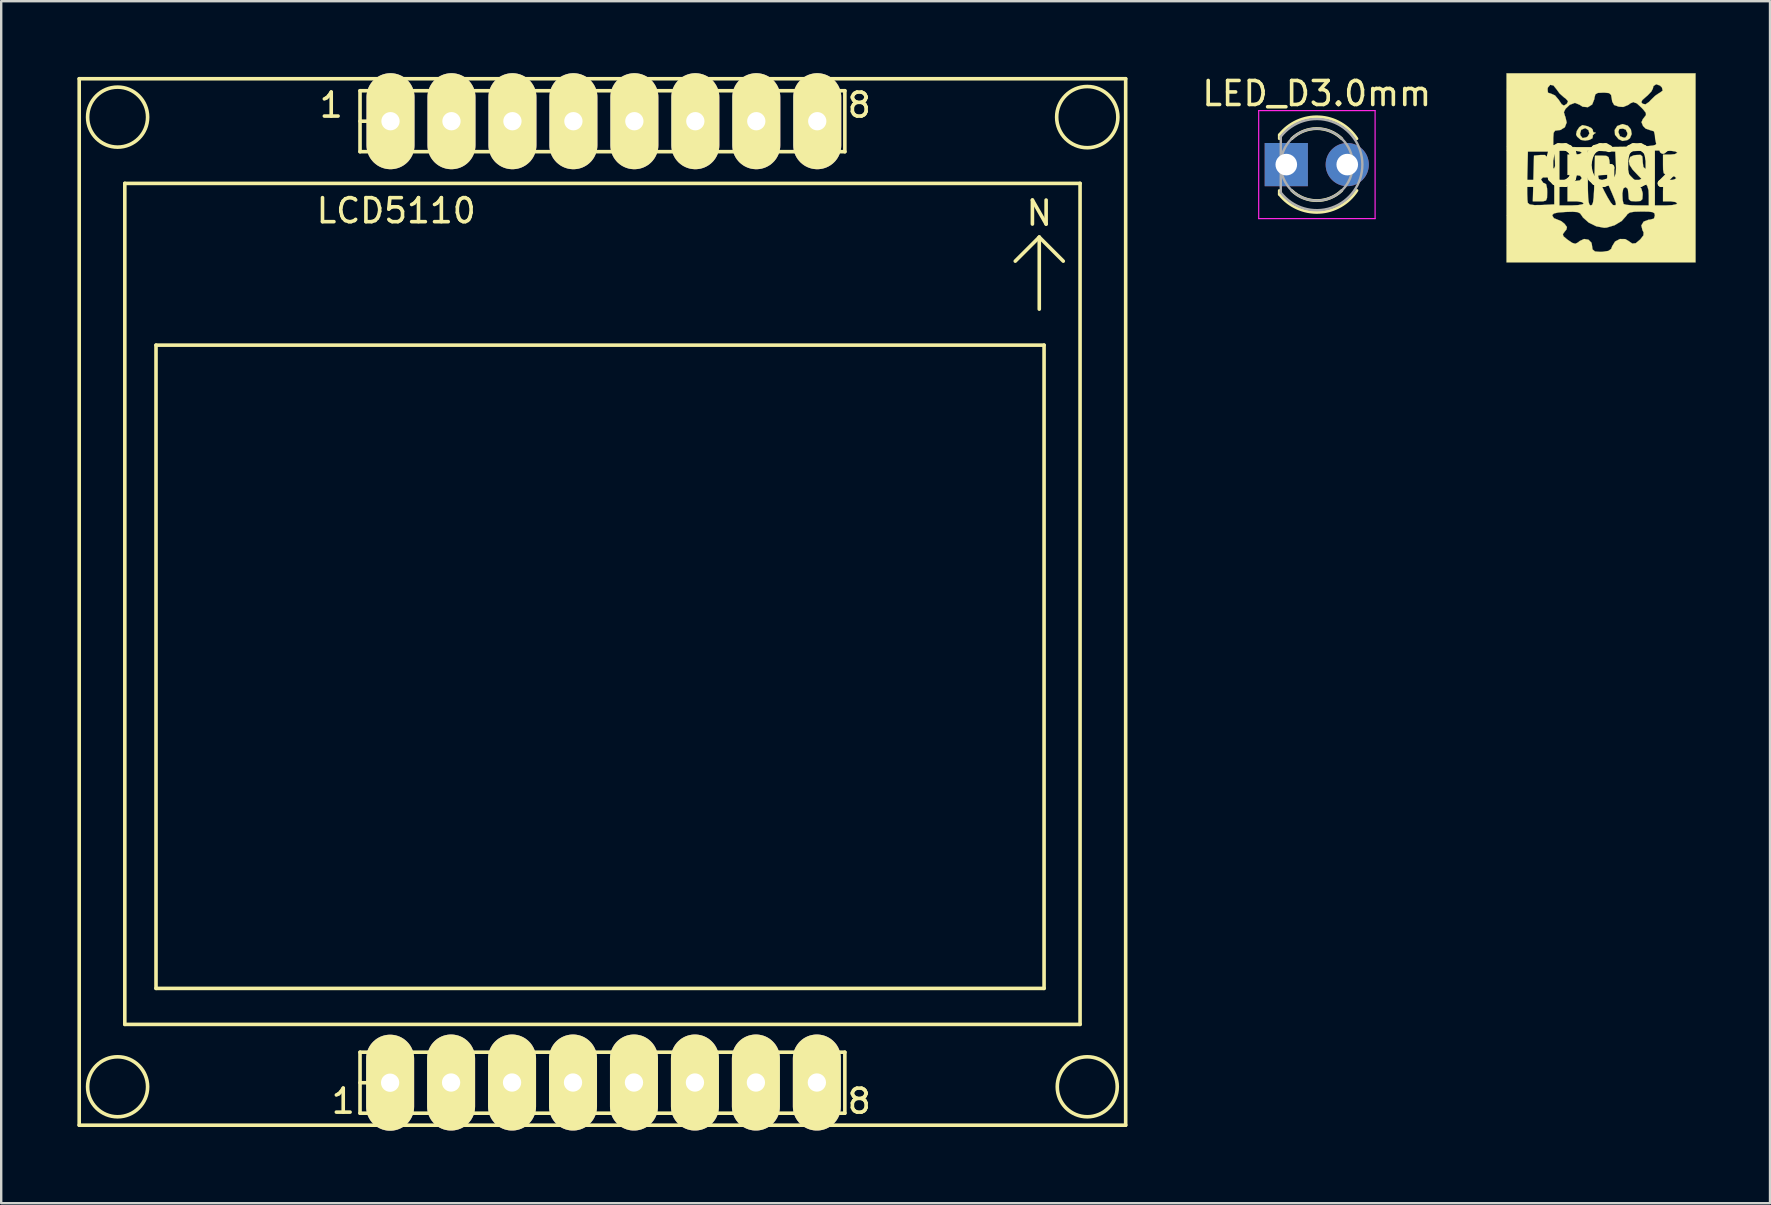
<source format=kicad_pcb>
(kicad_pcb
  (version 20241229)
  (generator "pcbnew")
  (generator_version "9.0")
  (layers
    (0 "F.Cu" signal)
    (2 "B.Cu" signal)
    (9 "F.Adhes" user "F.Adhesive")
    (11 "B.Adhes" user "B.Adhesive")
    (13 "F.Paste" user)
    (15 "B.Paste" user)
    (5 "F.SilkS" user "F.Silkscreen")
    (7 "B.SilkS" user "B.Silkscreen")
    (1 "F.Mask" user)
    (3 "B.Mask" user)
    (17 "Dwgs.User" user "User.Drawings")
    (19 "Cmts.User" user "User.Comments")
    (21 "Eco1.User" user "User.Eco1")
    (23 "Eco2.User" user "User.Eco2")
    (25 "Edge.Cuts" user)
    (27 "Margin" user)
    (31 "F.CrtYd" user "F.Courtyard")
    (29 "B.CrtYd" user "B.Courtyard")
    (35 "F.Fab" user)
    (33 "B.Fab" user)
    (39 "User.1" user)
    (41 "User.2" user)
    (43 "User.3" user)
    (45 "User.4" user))
  (footprint "LED_D3.0mm"
    (layer "F.Cu")
    (at 50.542 3.808)
    (property "Reference" "LED_D3.0mm" (at 1.27 -2.96 0) (layer "F.SilkS") (effects (font (size 1 1) (thickness 0.15))))
    (attr through_hole)
    (fp_line (start -0.29 -1.236) (end -0.29 -1.08) (stroke (width 0.12) (type solid)) (layer "F.SilkS"))
    (fp_line (start -0.29 1.08) (end -0.29 1.236) (stroke (width 0.12) (type solid)) (layer "F.SilkS"))
    (fp_arc (start -0.29 -1.235516) (mid 1.366487 -1.987659) (end 2.942335 -1.078608) (stroke (width 0.12) (type solid)) (layer "F.SilkS"))
    (fp_arc (start 0.229039 -1.08) (mid 1.270117 -1.5) (end 2.31113 -1.079837) (stroke (width 0.12) (type solid)) (layer "F.SilkS"))
    (fp_arc (start 2.31113 1.079837) (mid 1.270117 1.5) (end 0.229039 1.08) (stroke (width 0.12) (type solid)) (layer "F.SilkS"))
    (fp_arc (start 2.942335 1.078608) (mid 1.366487 1.987659) (end -0.29 1.235516) (stroke (width 0.12) (type solid)) (layer "F.SilkS"))
    (fp_line (start -1.15 -2.25) (end -1.15 2.25) (stroke (width 0.05) (type solid)) (layer "F.CrtYd"))
    (fp_line (start -1.15 2.25) (end 3.7 2.25) (stroke (width 0.05) (type solid)) (layer "F.CrtYd"))
    (fp_line (start 3.7 -2.25) (end -1.15 -2.25) (stroke (width 0.05) (type solid)) (layer "F.CrtYd"))
    (fp_line (start 3.7 2.25) (end 3.7 -2.25) (stroke (width 0.05) (type solid)) (layer "F.CrtYd"))
    (fp_line (start -0.23 -1.166) (end -0.23 1.166) (stroke (width 0.1) (type solid)) (layer "F.Fab"))
    (fp_arc (start -0.23 -1.16619) (mid 3.17 0.000452) (end -0.230555 1.165476) (stroke (width 0.1) (type solid)) (layer "F.Fab"))
    (fp_circle (center 1.27 0) (end 2.77 0) (stroke (width 0.1) (type solid)) (fill no) (layer "F.Fab"))
    (pad "1" thru_hole rect (at 0 0) (size 1.8 1.8) (drill 0.9) (layers "*.Cu" "*.Mask"))
    (pad "2" thru_hole circle (at 2.54 0) (size 1.8 1.8) (drill 0.9) (layers "*.Cu" "*.Mask")))
  (footprint "LCD5110"
    (layer "F.Cu")
    (at 0.25 43.83)
    (property "Reference" "LCD5110" (at 13.208 -38.1 0) (layer "F.SilkS") (effects (font (size 1 1) (thickness 0.15))))
    (attr through_hole)
    (fp_line (start 0 -43.6) (end 43.6 -43.6) (stroke (width 0.15) (type solid)) (layer "F.SilkS"))
    (fp_line (start 0 0) (end 0 -43.6) (stroke (width 0.15) (type solid)) (layer "F.SilkS"))
    (fp_line (start 0 0) (end 43.6 0) (stroke (width 0.15) (type solid)) (layer "F.SilkS"))
    (fp_line (start 1.9 -39.24) (end 41.7 -39.24) (stroke (width 0.15) (type solid)) (layer "F.SilkS"))
    (fp_line (start 1.9 -4.2) (end 1.9 -39.24) (stroke (width 0.15) (type solid)) (layer "F.SilkS"))
    (fp_line (start 1.9 -4.2) (end 41.7 -4.2) (stroke (width 0.15) (type solid)) (layer "F.SilkS"))
    (fp_line (start 3.2 -32.5) (end 40.2 -32.5) (stroke (width 0.15) (type solid)) (layer "F.SilkS"))
    (fp_line (start 3.2 -5.7) (end 3.2 -32.5) (stroke (width 0.15) (type solid)) (layer "F.SilkS"))
    (fp_line (start 3.2 -5.7) (end 40.2 -5.7) (stroke (width 0.15) (type solid)) (layer "F.SilkS"))
    (fp_line (start 11.7 -43.1) (end 11.7 -40.56) (stroke (width 0.15) (type solid)) (layer "F.SilkS"))
    (fp_line (start 11.7 -43.1) (end 31.9 -43.1) (stroke (width 0.15) (type solid)) (layer "F.SilkS"))
    (fp_line (start 11.7 -41.83) (end 12.97 -41.83) (stroke (width 0.15) (type solid)) (layer "F.SilkS"))
    (fp_line (start 11.7 -40.56) (end 31.9 -40.56) (stroke (width 0.15) (type solid)) (layer "F.SilkS"))
    (fp_line (start 11.7 -3.04) (end 31.9 -3.04) (stroke (width 0.15) (type solid)) (layer "F.SilkS"))
    (fp_line (start 11.7 -1.77) (end 12.97 -1.77) (stroke (width 0.15) (type solid)) (layer "F.SilkS"))
    (fp_line (start 11.7 -0.5) (end 11.7 -3.04) (stroke (width 0.15) (type solid)) (layer "F.SilkS"))
    (fp_line (start 11.7 -0.5) (end 31.9 -0.5) (stroke (width 0.15) (type solid)) (layer "F.SilkS"))
    (fp_line (start 31.9 -43.1) (end 31.9 -40.56) (stroke (width 0.15) (type solid)) (layer "F.SilkS"))
    (fp_line (start 31.9 -3.04) (end 31.9 -0.5) (stroke (width 0.15) (type solid)) (layer "F.SilkS"))
    (fp_line (start 40 -37) (end 39 -36) (stroke (width 0.15) (type solid)) (layer "F.SilkS"))
    (fp_line (start 40 -37) (end 41 -36) (stroke (width 0.15) (type solid)) (layer "F.SilkS"))
    (fp_line (start 40 -34) (end 40 -37) (stroke (width 0.15) (type solid)) (layer "F.SilkS"))
    (fp_line (start 40.2 -5.7) (end 40.2 -32.5) (stroke (width 0.15) (type solid)) (layer "F.SilkS"))
    (fp_line (start 41.7 -4.2) (end 41.7 -39.24) (stroke (width 0.15) (type solid)) (layer "F.SilkS"))
    (fp_line (start 43.6 0) (end 43.6 -43.6) (stroke (width 0.15) (type solid)) (layer "F.SilkS"))
    (fp_circle (center 1.6 -42) (end 0.35 -42) (stroke (width 0.15) (type solid)) (fill no) (layer "F.SilkS"))
    (fp_circle (center 1.6 -1.6) (end 0.35 -1.6) (stroke (width 0.15) (type solid)) (fill no) (layer "F.SilkS"))
    (fp_circle (center 42 -42) (end 40.75 -41.75) (stroke (width 0.15) (type solid)) (fill no) (layer "F.SilkS"))
    (fp_circle (center 42 -1.6) (end 40.75 -1.6) (stroke (width 0.15) (type solid)) (fill no) (layer "F.SilkS"))
    (fp_text user "1" (at 10.5 -42.5 0) (layer "F.SilkS") (effects (font (size 1 1) (thickness 0.15))))
    (fp_text user "N" (at 40 -38 0) (layer "F.SilkS") (effects (font (size 1 1) (thickness 0.15))))
    (fp_text user "8" (at 32.5 -1 0) (layer "F.SilkS") (effects (font (size 1 1) (thickness 0.15))))
    (fp_text user "1" (at 11 -1 0) (layer "F.SilkS") (effects (font (size 1 1) (thickness 0.15))))
    (fp_text user "8" (at 32.5 -42.5 0) (layer "F.SilkS") (effects (font (size 1 1) (thickness 0.15))))
    (pad "1" thru_hole oval (at 12.954 -1.77) (size 2 4) (drill 0.762) (layers "*.Cu" "*.Mask" "F.SilkS"))
    (pad "1" thru_hole oval (at 12.97 -41.83) (size 2 4) (drill 0.762) (layers "*.Cu" "*.Mask" "F.SilkS"))
    (pad "2" thru_hole oval (at 15.494 -1.778) (size 2 4) (drill 0.762) (layers "*.Cu" "*.Mask" "F.SilkS"))
    (pad "2" thru_hole oval (at 15.51 -41.83) (size 2 4) (drill 0.762) (layers "*.Cu" "*.Mask" "F.SilkS"))
    (pad "3" thru_hole oval (at 18.034 -1.778) (size 2 4) (drill 0.762) (layers "*.Cu" "*.Mask" "F.SilkS"))
    (pad "3" thru_hole oval (at 18.05 -41.83) (size 2 4) (drill 0.762) (layers "*.Cu" "*.Mask" "F.SilkS"))
    (pad "4" thru_hole oval (at 20.574 -1.778) (size 2 4) (drill 0.762) (layers "*.Cu" "*.Mask" "F.SilkS"))
    (pad "4" thru_hole oval (at 20.59 -41.83) (size 2 4) (drill 0.762) (layers "*.Cu" "*.Mask" "F.SilkS"))
    (pad "5" thru_hole oval (at 23.114 -1.778) (size 2 4) (drill 0.762) (layers "*.Cu" "*.Mask" "F.SilkS"))
    (pad "5" thru_hole oval (at 23.13 -41.83) (size 2 4) (drill 0.762) (layers "*.Cu" "*.Mask" "F.SilkS"))
    (pad "6" thru_hole oval (at 25.654 -1.778) (size 2 4) (drill 0.762) (layers "*.Cu" "*.Mask" "F.SilkS"))
    (pad "6" thru_hole oval (at 25.67 -41.83) (size 2 4) (drill 0.762) (layers "*.Cu" "*.Mask" "F.SilkS"))
    (pad "7" thru_hole oval (at 28.194 -1.778) (size 2 4) (drill 0.762) (layers "*.Cu" "*.Mask" "F.SilkS"))
    (pad "7" thru_hole oval (at 28.21 -41.83) (size 2 4) (drill 0.762) (layers "*.Cu" "*.Mask" "F.SilkS"))
    (pad "8" thru_hole oval (at 30.734 -1.778) (size 2 4) (drill 0.762) (layers "*.Cu" "*.Mask" "F.SilkS"))
    (pad "8" thru_hole oval (at 30.75 -41.83) (size 2 4) (drill 0.762) (layers "*.Cu" "*.Mask" "F.SilkS")))
  (footprint "LOGO2"
    (layer "F.Cu")
    (at 63.698 3.9)
    (property "Reference" "LOGO2" (at 0 0 0) (layer "F.SilkS") (effects (font (size 1.524 1.524) (thickness 0.3))))
    (attr through_hole)
    (fp_poly (pts (xy 1.074 -1.714) (xy 1.201 -1.558) (xy 1.234 -1.365) (xy 1.159 -1.189) (xy 1.056 -1.115) (xy 0.852 -1.077) (xy 0.687 -1.154) (xy 0.54 -1.335) (xy 0.532 -1.452) (xy 0.677 -1.452) (xy 0.745 -1.276) (xy 0.914 -1.212) (xy 0.974 -1.221) (xy 1.044 -1.311) (xy 1.058 -1.404) (xy 0.987 -1.55) (xy 0.868 -1.593) (xy 0.718 -1.577) (xy 0.677 -1.452) (xy 0.532 -1.452) (xy 0.526 -1.534) (xy 0.631 -1.699) (xy 0.839 -1.777) (xy 0.87 -1.778) (xy 1.074 -1.714)) (stroke (width 0.01) (type solid)) (fill yes) (layer "F.SilkS"))
    (fp_poly (pts (xy -0.607 -1.692) (xy -0.446 -1.616) (xy -0.38 -1.536) (xy -0.385 -1.518) (xy -0.366 -1.443) (xy -0.322 -1.433) (xy -0.258 -1.415) (xy -0.318 -1.383) (xy -0.391 -1.307) (xy -0.384 -1.275) (xy -0.402 -1.188) (xy -0.529 -1.121) (xy -0.704 -1.093) (xy -0.869 -1.119) (xy -0.894 -1.131) (xy -1.035 -1.254) (xy -1.081 -1.338) (xy -1.073 -1.381) (xy -0.917 -1.381) (xy -0.899 -1.308) (xy -0.811 -1.197) (xy -0.664 -1.226) (xy -0.601 -1.263) (xy -0.528 -1.386) (xy -0.566 -1.528) (xy -0.689 -1.607) (xy -0.712 -1.609) (xy -0.87 -1.542) (xy -0.917 -1.381) (xy -1.073 -1.381) (xy -1.052 -1.492) (xy -0.95 -1.649) (xy -0.826 -1.733) (xy -0.804 -1.734) (xy -0.607 -1.692)) (stroke (width 0.01) (type solid)) (fill yes) (layer "F.SilkS"))
    (fp_poly (pts (xy 3.895 3.979) (xy -3.979 3.979) (xy -3.979 2.032) (xy -2.074 2.032) (xy -2.003 2.143) (xy -1.893 2.185) (xy -1.695 2.267) (xy -1.562 2.375) (xy -1.463 2.509) (xy -1.484 2.612) (xy -1.552 2.694) (xy -1.633 2.804) (xy -1.61 2.892) (xy -1.467 3.014) (xy -1.442 3.033) (xy -1.242 3.169) (xy -1.114 3.206) (xy -1 3.15) (xy -0.935 3.094) (xy -0.749 3.007) (xy -0.564 3.037) (xy -0.441 3.163) (xy -0.423 3.255) (xy -0.397 3.438) (xy -0.294 3.527) (xy -0.077 3.545) (xy 0.036 3.539) (xy 0.266 3.503) (xy 0.381 3.419) (xy 0.422 3.308) (xy 0.541 3.114) (xy 0.744 3.008) (xy 0.968 3.012) (xy 1.091 3.082) (xy 1.259 3.197) (xy 1.405 3.183) (xy 1.583 3.033) (xy 1.6 3.015) (xy 1.724 2.856) (xy 1.731 2.732) (xy 1.684 2.641) (xy 1.637 2.443) (xy 1.731 2.285) (xy 1.938 2.205) (xy 2 2.201) (xy 2.161 2.157) (xy 2.201 2.032) (xy 2.184 1.94) (xy 2.107 1.889) (xy 1.934 1.867) (xy 1.654 1.863) (xy 1.346 1.871) (xy 1.162 1.903) (xy 1.058 1.971) (xy 1.014 2.037) (xy 0.817 2.258) (xy 0.521 2.435) (xy 0.193 2.532) (xy 0.085 2.539) (xy -0.24 2.479) (xy -0.557 2.323) (xy -0.796 2.11) (xy -0.846 2.033) (xy -0.917 1.938) (xy -1.027 1.887) (xy -1.223 1.872) (xy -1.508 1.88) (xy -1.825 1.903) (xy -2.003 1.943) (xy -2.071 2.007) (xy -2.074 2.032) (xy -3.979 2.032) (xy -3.979 0.781) (xy -3.12 0.781) (xy -3.118 1.129) (xy -3.109 1.383) (xy -3.094 1.502) (xy -3.012 1.568) (xy -2.813 1.596) (xy -2.52 1.592) (xy -1.99 1.566) (xy -1.99 0.466) (xy -2.265 0.439) (xy -2.464 0.443) (xy -2.537 0.516) (xy -2.54 0.545) (xy -2.475 0.661) (xy -2.413 0.677) (xy -2.329 0.727) (xy -2.291 0.897) (xy -2.286 1.058) (xy -2.292 1.292) (xy -2.335 1.403) (xy -2.451 1.437) (xy -2.585 1.439) (xy -2.884 1.439) (xy -2.86 0.487) (xy -2.836 -0.466) (xy -2.567 -0.492) (xy -2.381 -0.493) (xy -2.3 -0.417) (xy -2.271 -0.238) (xy -2.206 -0.01) (xy -2.09 0.07) (xy -1.996 0.065) (xy -1.958 -0.024) (xy -1.961 -0.237) (xy -1.963 -0.268) (xy -1.99 -0.635) (xy -3.09 -0.635) (xy -3.114 0.376) (xy -3.12 0.781) (xy -3.979 0.781) (xy -3.979 -0.677) (xy -1.778 -0.677) (xy -1.778 1.609) (xy -1.27 1.609) (xy -0.999 1.596) (xy -0.816 1.562) (xy -0.762 1.524) (xy -0.837 1.471) (xy -1.025 1.441) (xy -1.101 1.439) (xy -1.439 1.439) (xy -1.439 0.593) (xy -1.143 0.593) (xy -0.924 0.565) (xy -0.847 0.477) (xy -0.847 0.466) (xy -0.849 0.462) (xy -0.593 0.462) (xy -0.59 0.932) (xy -0.58 1.258) (xy -0.56 1.463) (xy -0.527 1.572) (xy -0.479 1.608) (xy -0.468 1.609) (xy -0.414 1.58) (xy -0.375 1.476) (xy -0.349 1.273) (xy -0.331 0.945) (xy -0.32 0.572) (xy -0.296 -0.466) (xy 0 -0.466) (xy 0.179 -0.457) (xy 0.27 -0.403) (xy 0.307 -0.257) (xy 0.322 -0.064) (xy 0.332 0.179) (xy 0.304 0.297) (xy 0.213 0.335) (xy 0.089 0.339) (xy -0.091 0.348) (xy -0.169 0.372) (xy -0.169 0.373) (xy -0.132 0.517) (xy -0.037 0.746) (xy 0.092 1.014) (xy 0.232 1.275) (xy 0.358 1.482) (xy 0.447 1.588) (xy 0.459 1.594) (xy 0.55 1.602) (xy 0.582 1.558) (xy 0.55 1.43) (xy 0.453 1.189) (xy 0.445 1.171) (xy 0.847 1.171) (xy 0.86 1.395) (xy 0.894 1.538) (xy 0.903 1.552) (xy 1.012 1.583) (xy 1.236 1.603) (xy 1.453 1.609) (xy 1.947 1.609) (xy 1.947 1.203) (xy 1.937 0.978) (xy 1.888 0.808) (xy 1.773 0.64) (xy 1.564 0.421) (xy 1.521 0.378) (xy 1.276 0.118) (xy 1.149 -0.076) (xy 1.117 -0.236) (xy 1.118 -0.254) (xy 1.171 -0.409) (xy 1.317 -0.478) (xy 1.418 -0.492) (xy 1.601 -0.498) (xy 1.677 -0.434) (xy 1.693 -0.254) (xy 1.693 -0.217) (xy 1.72 0.004) (xy 1.805 0.084) (xy 1.82 0.085) (xy 1.904 0.035) (xy 1.942 -0.133) (xy 1.947 -0.3) (xy 1.947 -0.677) (xy 2.201 -0.677) (xy 2.201 1.609) (xy 2.667 1.609) (xy 2.922 1.595) (xy 3.091 1.559) (xy 3.133 1.524) (xy 3.058 1.468) (xy 2.875 1.44) (xy 2.836 1.439) (xy 2.54 1.439) (xy 2.54 1.021) (xy 2.546 0.772) (xy 2.583 0.645) (xy 2.681 0.594) (xy 2.815 0.577) (xy 3.003 0.536) (xy 3.09 0.472) (xy 3.09 0.466) (xy 3.016 0.401) (xy 2.836 0.357) (xy 2.815 0.354) (xy 2.651 0.33) (xy 2.57 0.265) (xy 2.543 0.114) (xy 2.54 -0.09) (xy 2.54 -0.508) (xy 2.836 -0.508) (xy 3.032 -0.529) (xy 3.13 -0.582) (xy 3.133 -0.593) (xy 3.056 -0.639) (xy 2.859 -0.67) (xy 2.667 -0.677) (xy 2.201 -0.677) (xy 1.947 -0.677) (xy 1.947 -0.685) (xy 1.418 -0.66) (xy 0.889 -0.635) (xy 0.864 -0.296) (xy 0.862 -0.105) (xy 0.907 0.048) (xy 1.025 0.213) (xy 1.24 0.437) (xy 1.266 0.462) (xy 1.507 0.717) (xy 1.639 0.911) (xy 1.69 1.09) (xy 1.693 1.161) (xy 1.679 1.348) (xy 1.601 1.424) (xy 1.409 1.439) (xy 1.397 1.439) (xy 1.198 1.426) (xy 1.117 1.352) (xy 1.101 1.166) (xy 1.101 1.143) (xy 1.073 0.924) (xy 0.985 0.847) (xy 0.974 0.847) (xy 0.884 0.905) (xy 0.848 1.097) (xy 0.847 1.171) (xy 0.445 1.171) (xy 0.409 1.085) (xy 0.225 0.658) (xy 0.413 0.515) (xy 0.52 0.412) (xy 0.572 0.275) (xy 0.583 0.052) (xy 0.576 -0.131) (xy 0.55 -0.635) (xy -0.593 -0.685) (xy -0.593 0.462) (xy -0.849 0.462) (xy -0.911 0.372) (xy -1.116 0.339) (xy -1.143 0.339) (xy -1.439 0.339) (xy -1.439 -0.508) (xy -1.143 -0.508) (xy -0.947 -0.529) (xy -0.849 -0.582) (xy -0.847 -0.593) (xy -0.923 -0.639) (xy -1.121 -0.67) (xy -1.312 -0.677) (xy -1.778 -0.677) (xy -3.979 -0.677) (xy -3.979 -1.189) (xy -2.032 -1.189) (xy -2.032 -0.855) (xy -1.503 -0.83) (xy -1.247 -0.823) (xy -0.86 -0.819) (xy -0.381 -0.819) (xy 0.154 -0.823) (xy 0.664 -0.829) (xy 1.233 -0.839) (xy 1.652 -0.851) (xy 1.944 -0.866) (xy 2.128 -0.887) (xy 2.226 -0.916) (xy 2.257 -0.955) (xy 2.251 -0.984) (xy 2.211 -1.172) (xy 2.201 -1.319) (xy 2.162 -1.479) (xy 2.017 -1.524) (xy 2.01 -1.524) (xy 1.818 -1.591) (xy 1.708 -1.701) (xy 1.643 -1.857) (xy 1.702 -1.992) (xy 1.744 -2.042) (xy 1.829 -2.153) (xy 1.825 -2.249) (xy 1.717 -2.386) (xy 1.65 -2.457) (xy 1.453 -2.64) (xy 1.329 -2.69) (xy 1.635 -2.69) (xy 1.693 -2.625) (xy 1.813 -2.603) (xy 1.96 -2.706) (xy 2.032 -2.784) (xy 2.211 -2.958) (xy 2.373 -3.069) (xy 2.392 -3.077) (xy 2.526 -3.172) (xy 2.496 -3.304) (xy 2.417 -3.384) (xy 2.257 -3.441) (xy 2.141 -3.364) (xy 2.117 -3.261) (xy 2.055 -3.139) (xy 1.901 -2.977) (xy 1.841 -2.927) (xy 1.676 -2.78) (xy 1.635 -2.69) (xy 1.329 -2.69) (xy 1.309 -2.698) (xy 1.171 -2.641) (xy 1.1 -2.582) (xy 0.882 -2.493) (xy 0.696 -2.507) (xy 0.504 -2.575) (xy 0.423 -2.717) (xy 0.407 -2.825) (xy 0.376 -2.995) (xy 0.294 -3.071) (xy 0.107 -3.09) (xy 0.042 -3.09) (xy -0.176 -3.079) (xy -0.279 -3.02) (xy -0.317 -2.875) (xy -0.322 -2.823) (xy -0.411 -2.597) (xy -0.59 -2.484) (xy -0.808 -2.504) (xy -0.934 -2.585) (xy -1.129 -2.665) (xy -1.348 -2.583) (xy -1.523 -2.415) (xy -1.591 -2.278) (xy -1.544 -2.113) (xy -1.528 -2.082) (xy -1.474 -1.845) (xy -1.552 -1.646) (xy -1.736 -1.534) (xy -1.823 -1.524) (xy -1.958 -1.505) (xy -2.018 -1.415) (xy -2.032 -1.207) (xy -2.032 -1.189) (xy -3.979 -1.189) (xy -3.979 -3.239) (xy -2.271 -3.239) (xy -2.254 -3.089) (xy -2.127 -3.048) (xy -1.961 -2.975) (xy -1.807 -2.794) (xy -1.682 -2.605) (xy -1.59 -2.551) (xy -1.488 -2.611) (xy -1.457 -2.641) (xy -1.418 -2.735) (xy -1.513 -2.841) (xy -1.576 -2.885) (xy -1.771 -3.058) (xy -1.895 -3.229) (xy -2.026 -3.39) (xy -2.16 -3.416) (xy -2.256 -3.304) (xy -2.271 -3.239) (xy -3.979 -3.239) (xy -3.979 -3.895) (xy 3.895 -3.895) (xy 3.895 3.979)) (stroke (width 0.01) (type solid)) (fill yes) (layer "F.SilkS")))
  (gr_rect
    (start -3 -3)
    (end 70.696 47.08)
    (stroke (width 0.1) (type default))
    (fill no)
    (layer "Edge.Cuts")))
</source>
